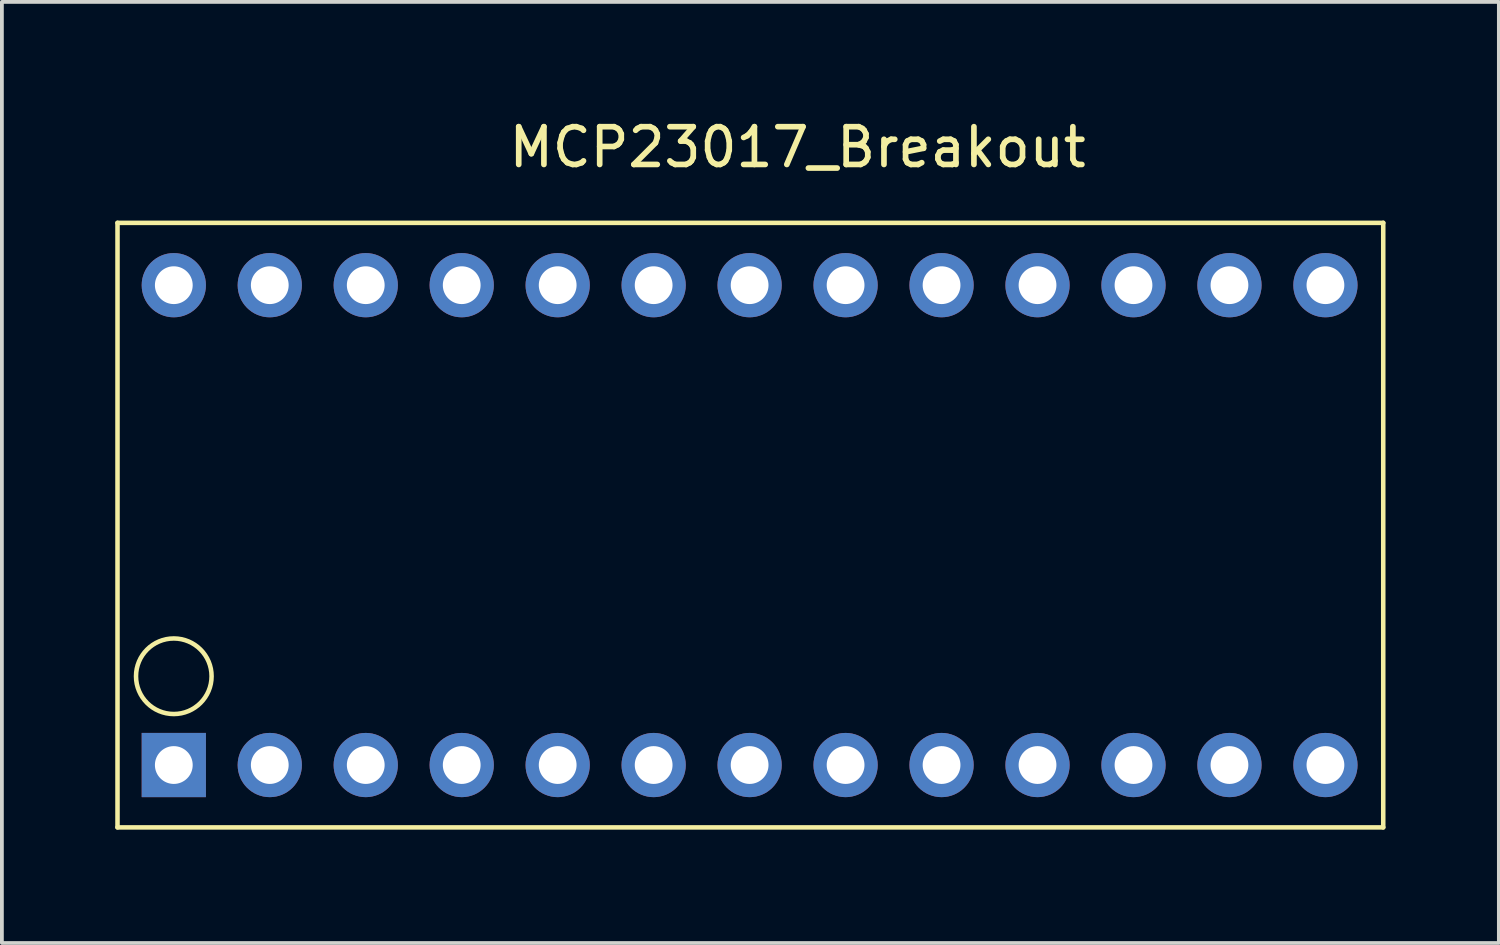
<source format=kicad_pcb>
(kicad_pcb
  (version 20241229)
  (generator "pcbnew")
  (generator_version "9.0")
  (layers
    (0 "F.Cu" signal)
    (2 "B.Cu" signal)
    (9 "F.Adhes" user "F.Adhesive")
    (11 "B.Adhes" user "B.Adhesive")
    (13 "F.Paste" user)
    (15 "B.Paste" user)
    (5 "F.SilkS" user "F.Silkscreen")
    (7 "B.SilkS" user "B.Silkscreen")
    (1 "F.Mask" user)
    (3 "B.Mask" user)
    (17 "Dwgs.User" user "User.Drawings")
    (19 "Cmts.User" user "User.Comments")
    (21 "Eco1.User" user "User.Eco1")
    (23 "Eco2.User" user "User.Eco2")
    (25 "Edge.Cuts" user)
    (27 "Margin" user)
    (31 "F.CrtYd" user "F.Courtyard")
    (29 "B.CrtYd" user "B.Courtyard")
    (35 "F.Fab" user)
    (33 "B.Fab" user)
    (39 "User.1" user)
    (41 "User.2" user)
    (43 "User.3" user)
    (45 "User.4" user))
  (footprint "MCP23017_Breakout"
    (layer "F.Cu")
    (at 18.06 10.848)
    (property "Reference" "MCP23017_Breakout" (at 0 -10 0) (layer "F.SilkS") (effects (font (size 1 1) (thickness 0.15))))
    (attr through_hole)
    (fp_line (start -18 -8) (end 15.5 -8) (stroke (width 0.12) (type solid)) (layer "F.SilkS"))
    (fp_line (start -18 8) (end -18 -8) (stroke (width 0.12) (type solid)) (layer "F.SilkS"))
    (fp_line (start 15.5 -8) (end 15.5 8) (stroke (width 0.12) (type solid)) (layer "F.SilkS"))
    (fp_line (start 15.5 8) (end -18 8) (stroke (width 0.12) (type solid)) (layer "F.SilkS"))
    (fp_circle (center -16.51 4) (end -15.51 4) (stroke (width 0.12) (type solid)) (fill no) (layer "F.SilkS"))
    (pad "1" thru_hole rect (at -16.51 6.35) (size 1.7 1.7) (drill 1) (layers "*.Cu" "*.Mask"))
    (pad "2" thru_hole circle (at -13.97 6.35) (size 1.7 1.7) (drill 1) (layers "*.Cu" "*.Mask"))
    (pad "3" thru_hole circle (at -11.43 6.35) (size 1.7 1.7) (drill 1) (layers "*.Cu" "*.Mask"))
    (pad "4" thru_hole circle (at -8.89 6.35) (size 1.7 1.7) (drill 1) (layers "*.Cu" "*.Mask"))
    (pad "5" thru_hole circle (at -6.35 6.35) (size 1.7 1.7) (drill 1) (layers "*.Cu" "*.Mask"))
    (pad "6" thru_hole circle (at -3.81 6.35) (size 1.7 1.7) (drill 1) (layers "*.Cu" "*.Mask"))
    (pad "7" thru_hole circle (at -1.27 6.35) (size 1.7 1.7) (drill 1) (layers "*.Cu" "*.Mask"))
    (pad "8" thru_hole circle (at 1.27 6.35) (size 1.7 1.7) (drill 1) (layers "*.Cu" "*.Mask"))
    (pad "9" thru_hole circle (at 3.81 6.35) (size 1.7 1.7) (drill 1) (layers "*.Cu" "*.Mask"))
    (pad "10" thru_hole circle (at 6.35 6.35) (size 1.7 1.7) (drill 1) (layers "*.Cu" "*.Mask"))
    (pad "11" thru_hole circle (at 8.89 6.35) (size 1.7 1.7) (drill 1) (layers "*.Cu" "*.Mask"))
    (pad "12" thru_hole circle (at 11.43 6.35) (size 1.7 1.7) (drill 1) (layers "*.Cu" "*.Mask"))
    (pad "13" thru_hole circle (at 13.97 6.35) (size 1.7 1.7) (drill 1) (layers "*.Cu" "*.Mask"))
    (pad "14" thru_hole circle (at -16.51 -6.35) (size 1.7 1.7) (drill 1) (layers "*.Cu" "*.Mask"))
    (pad "15" thru_hole circle (at -13.97 -6.35) (size 1.7 1.7) (drill 1) (layers "*.Cu" "*.Mask"))
    (pad "16" thru_hole circle (at -11.43 -6.35) (size 1.7 1.7) (drill 1) (layers "*.Cu" "*.Mask"))
    (pad "17" thru_hole circle (at -8.89 -6.35) (size 1.7 1.7) (drill 1) (layers "*.Cu" "*.Mask"))
    (pad "18" thru_hole circle (at -6.35 -6.35) (size 1.7 1.7) (drill 1) (layers "*.Cu" "*.Mask"))
    (pad "19" thru_hole circle (at -3.81 -6.35) (size 1.7 1.7) (drill 1) (layers "*.Cu" "*.Mask"))
    (pad "20" thru_hole circle (at -1.27 -6.35) (size 1.7 1.7) (drill 1) (layers "*.Cu" "*.Mask"))
    (pad "21" thru_hole circle (at 1.27 -6.35) (size 1.7 1.7) (drill 1) (layers "*.Cu" "*.Mask"))
    (pad "22" thru_hole circle (at 3.81 -6.35) (size 1.7 1.7) (drill 1) (layers "*.Cu" "*.Mask"))
    (pad "23" thru_hole circle (at 6.35 -6.35) (size 1.7 1.7) (drill 1) (layers "*.Cu" "*.Mask"))
    (pad "24" thru_hole circle (at 8.89 -6.35) (size 1.7 1.7) (drill 1) (layers "*.Cu" "*.Mask"))
    (pad "25" thru_hole circle (at 11.43 -6.35) (size 1.7 1.7) (drill 1) (layers "*.Cu" "*.Mask"))
    (pad "26" thru_hole circle (at 13.97 -6.35) (size 1.7 1.7) (drill 1) (layers "*.Cu" "*.Mask")))
  (gr_rect
    (start -3 -3)
    (end 36.62 21.908)
    (stroke (width 0.1) (type default))
    (fill no)
    (layer "Edge.Cuts")))
</source>
